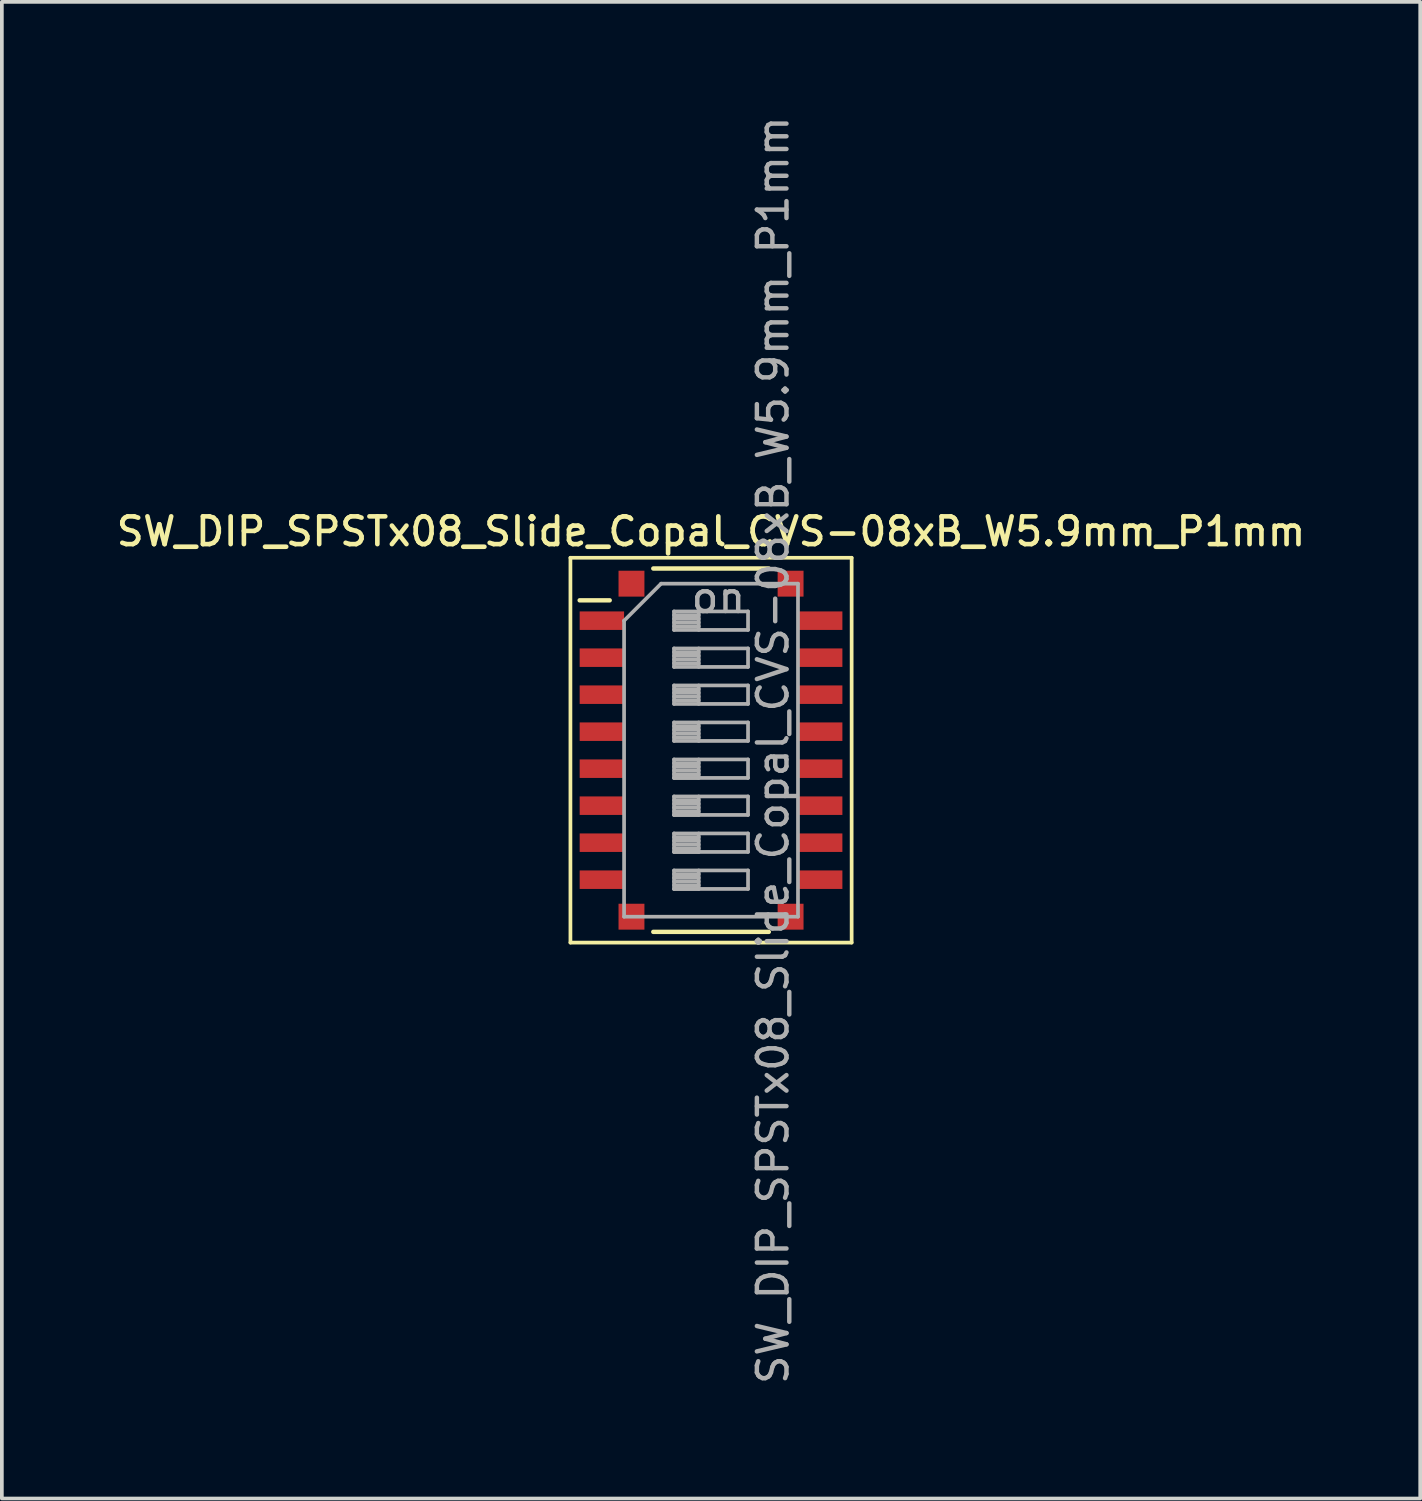
<source format=kicad_pcb>
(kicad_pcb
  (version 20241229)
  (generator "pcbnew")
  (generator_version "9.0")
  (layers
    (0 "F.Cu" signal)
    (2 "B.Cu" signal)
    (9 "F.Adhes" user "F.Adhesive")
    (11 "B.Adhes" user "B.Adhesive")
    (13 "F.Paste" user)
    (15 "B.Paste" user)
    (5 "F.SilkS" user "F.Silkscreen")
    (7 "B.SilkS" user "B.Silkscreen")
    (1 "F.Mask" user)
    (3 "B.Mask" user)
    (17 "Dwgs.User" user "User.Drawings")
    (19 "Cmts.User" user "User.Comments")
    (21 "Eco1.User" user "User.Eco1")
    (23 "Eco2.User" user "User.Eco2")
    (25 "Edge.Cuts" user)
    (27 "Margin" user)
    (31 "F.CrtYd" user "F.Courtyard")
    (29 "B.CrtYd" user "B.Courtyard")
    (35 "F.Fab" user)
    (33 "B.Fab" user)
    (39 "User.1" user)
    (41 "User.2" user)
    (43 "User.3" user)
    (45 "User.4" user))
  (footprint "SW_DIP_SPSTx08_Slide_Copal_CVS-08xB_W5.9mm_P1mm"
    (layer "F.Cu")
    (at 16.166 17.224)
    (property "Reference" "SW_DIP_SPSTx08_Slide_Copal_CVS-08xB_W5.9mm_P1mm" (at 0 -5.91 0) (layer "F.SilkS") (effects (font (size 0.75 0.75) (thickness 0.125))))
    (attr smd)
    (fp_line (start -3.8 -5.2) (end -3.8 5.2) (stroke (width 0.1) (type solid)) (layer "F.SilkS"))
    (fp_line (start -3.8 5.2) (end 3.8 5.2) (stroke (width 0.1) (type solid)) (layer "F.SilkS"))
    (fp_line (start -3.55 -4.05) (end -2.739 -4.05) (stroke (width 0.12) (type solid)) (layer "F.SilkS"))
    (fp_line (start -1.56 -4.91) (end 1.561 -4.91) (stroke (width 0.12) (type solid)) (layer "F.SilkS"))
    (fp_line (start -1.56 4.91) (end 1.561 4.91) (stroke (width 0.12) (type solid)) (layer "F.SilkS"))
    (fp_line (start 3.8 -5.2) (end -3.8 -5.2) (stroke (width 0.1) (type solid)) (layer "F.SilkS"))
    (fp_line (start 3.8 5.2) (end 3.8 -5.2) (stroke (width 0.1) (type solid)) (layer "F.SilkS"))
    (fp_line (start -2.35 -3.5) (end -1.35 -4.5) (stroke (width 0.1) (type solid)) (layer "F.Fab"))
    (fp_line (start -2.35 4.5) (end -2.35 -3.5) (stroke (width 0.1) (type solid)) (layer "F.Fab"))
    (fp_line (start -1.35 -4.5) (end 2.35 -4.5) (stroke (width 0.1) (type solid)) (layer "F.Fab"))
    (fp_line (start -1 -3.75) (end -1 -3.25) (stroke (width 0.1) (type solid)) (layer "F.Fab"))
    (fp_line (start -1 -3.65) (end -0.333 -3.65) (stroke (width 0.1) (type solid)) (layer "F.Fab"))
    (fp_line (start -1 -3.55) (end -0.333 -3.55) (stroke (width 0.1) (type solid)) (layer "F.Fab"))
    (fp_line (start -1 -3.45) (end -0.333 -3.45) (stroke (width 0.1) (type solid)) (layer "F.Fab"))
    (fp_line (start -1 -3.35) (end -0.333 -3.35) (stroke (width 0.1) (type solid)) (layer "F.Fab"))
    (fp_line (start -1 -3.25) (end 1 -3.25) (stroke (width 0.1) (type solid)) (layer "F.Fab"))
    (fp_line (start -1 -2.75) (end -1 -2.25) (stroke (width 0.1) (type solid)) (layer "F.Fab"))
    (fp_line (start -1 -2.65) (end -0.333 -2.65) (stroke (width 0.1) (type solid)) (layer "F.Fab"))
    (fp_line (start -1 -2.55) (end -0.333 -2.55) (stroke (width 0.1) (type solid)) (layer "F.Fab"))
    (fp_line (start -1 -2.45) (end -0.333 -2.45) (stroke (width 0.1) (type solid)) (layer "F.Fab"))
    (fp_line (start -1 -2.35) (end -0.333 -2.35) (stroke (width 0.1) (type solid)) (layer "F.Fab"))
    (fp_line (start -1 -2.25) (end 1 -2.25) (stroke (width 0.1) (type solid)) (layer "F.Fab"))
    (fp_line (start -1 -1.75) (end -1 -1.25) (stroke (width 0.1) (type solid)) (layer "F.Fab"))
    (fp_line (start -1 -1.65) (end -0.333 -1.65) (stroke (width 0.1) (type solid)) (layer "F.Fab"))
    (fp_line (start -1 -1.55) (end -0.333 -1.55) (stroke (width 0.1) (type solid)) (layer "F.Fab"))
    (fp_line (start -1 -1.45) (end -0.333 -1.45) (stroke (width 0.1) (type solid)) (layer "F.Fab"))
    (fp_line (start -1 -1.35) (end -0.333 -1.35) (stroke (width 0.1) (type solid)) (layer "F.Fab"))
    (fp_line (start -1 -1.25) (end 1 -1.25) (stroke (width 0.1) (type solid)) (layer "F.Fab"))
    (fp_line (start -1 -0.75) (end -1 -0.25) (stroke (width 0.1) (type solid)) (layer "F.Fab"))
    (fp_line (start -1 -0.65) (end -0.333 -0.65) (stroke (width 0.1) (type solid)) (layer "F.Fab"))
    (fp_line (start -1 -0.55) (end -0.333 -0.55) (stroke (width 0.1) (type solid)) (layer "F.Fab"))
    (fp_line (start -1 -0.45) (end -0.333 -0.45) (stroke (width 0.1) (type solid)) (layer "F.Fab"))
    (fp_line (start -1 -0.35) (end -0.333 -0.35) (stroke (width 0.1) (type solid)) (layer "F.Fab"))
    (fp_line (start -1 -0.25) (end 1 -0.25) (stroke (width 0.1) (type solid)) (layer "F.Fab"))
    (fp_line (start -1 0.25) (end -1 0.75) (stroke (width 0.1) (type solid)) (layer "F.Fab"))
    (fp_line (start -1 0.35) (end -0.333 0.35) (stroke (width 0.1) (type solid)) (layer "F.Fab"))
    (fp_line (start -1 0.45) (end -0.333 0.45) (stroke (width 0.1) (type solid)) (layer "F.Fab"))
    (fp_line (start -1 0.55) (end -0.333 0.55) (stroke (width 0.1) (type solid)) (layer "F.Fab"))
    (fp_line (start -1 0.65) (end -0.333 0.65) (stroke (width 0.1) (type solid)) (layer "F.Fab"))
    (fp_line (start -1 0.75) (end -0.333 0.75) (stroke (width 0.1) (type solid)) (layer "F.Fab"))
    (fp_line (start -1 0.75) (end 1 0.75) (stroke (width 0.1) (type solid)) (layer "F.Fab"))
    (fp_line (start -1 1.25) (end -1 1.75) (stroke (width 0.1) (type solid)) (layer "F.Fab"))
    (fp_line (start -1 1.35) (end -0.333 1.35) (stroke (width 0.1) (type solid)) (layer "F.Fab"))
    (fp_line (start -1 1.45) (end -0.333 1.45) (stroke (width 0.1) (type solid)) (layer "F.Fab"))
    (fp_line (start -1 1.55) (end -0.333 1.55) (stroke (width 0.1) (type solid)) (layer "F.Fab"))
    (fp_line (start -1 1.65) (end -0.333 1.65) (stroke (width 0.1) (type solid)) (layer "F.Fab"))
    (fp_line (start -1 1.75) (end -0.333 1.75) (stroke (width 0.1) (type solid)) (layer "F.Fab"))
    (fp_line (start -1 1.75) (end 1 1.75) (stroke (width 0.1) (type solid)) (layer "F.Fab"))
    (fp_line (start -1 2.25) (end -1 2.75) (stroke (width 0.1) (type solid)) (layer "F.Fab"))
    (fp_line (start -1 2.35) (end -0.333 2.35) (stroke (width 0.1) (type solid)) (layer "F.Fab"))
    (fp_line (start -1 2.45) (end -0.333 2.45) (stroke (width 0.1) (type solid)) (layer "F.Fab"))
    (fp_line (start -1 2.55) (end -0.333 2.55) (stroke (width 0.1) (type solid)) (layer "F.Fab"))
    (fp_line (start -1 2.65) (end -0.333 2.65) (stroke (width 0.1) (type solid)) (layer "F.Fab"))
    (fp_line (start -1 2.75) (end -0.333 2.75) (stroke (width 0.1) (type solid)) (layer "F.Fab"))
    (fp_line (start -1 2.75) (end 1 2.75) (stroke (width 0.1) (type solid)) (layer "F.Fab"))
    (fp_line (start -1 3.25) (end -1 3.75) (stroke (width 0.1) (type solid)) (layer "F.Fab"))
    (fp_line (start -1 3.35) (end -0.333 3.35) (stroke (width 0.1) (type solid)) (layer "F.Fab"))
    (fp_line (start -1 3.45) (end -0.333 3.45) (stroke (width 0.1) (type solid)) (layer "F.Fab"))
    (fp_line (start -1 3.55) (end -0.333 3.55) (stroke (width 0.1) (type solid)) (layer "F.Fab"))
    (fp_line (start -1 3.65) (end -0.333 3.65) (stroke (width 0.1) (type solid)) (layer "F.Fab"))
    (fp_line (start -1 3.75) (end -0.333 3.75) (stroke (width 0.1) (type solid)) (layer "F.Fab"))
    (fp_line (start -1 3.75) (end 1 3.75) (stroke (width 0.1) (type solid)) (layer "F.Fab"))
    (fp_line (start -0.333 -3.75) (end -0.333 -3.25) (stroke (width 0.1) (type solid)) (layer "F.Fab"))
    (fp_line (start -0.333 -2.75) (end -0.333 -2.25) (stroke (width 0.1) (type solid)) (layer "F.Fab"))
    (fp_line (start -0.333 -1.75) (end -0.333 -1.25) (stroke (width 0.1) (type solid)) (layer "F.Fab"))
    (fp_line (start -0.333 -0.75) (end -0.333 -0.25) (stroke (width 0.1) (type solid)) (layer "F.Fab"))
    (fp_line (start -0.333 0.25) (end -0.333 0.75) (stroke (width 0.1) (type solid)) (layer "F.Fab"))
    (fp_line (start -0.333 1.25) (end -0.333 1.75) (stroke (width 0.1) (type solid)) (layer "F.Fab"))
    (fp_line (start -0.333 2.25) (end -0.333 2.75) (stroke (width 0.1) (type solid)) (layer "F.Fab"))
    (fp_line (start -0.333 3.25) (end -0.333 3.75) (stroke (width 0.1) (type solid)) (layer "F.Fab"))
    (fp_line (start 1 -3.75) (end -1 -3.75) (stroke (width 0.1) (type solid)) (layer "F.Fab"))
    (fp_line (start 1 -3.25) (end 1 -3.75) (stroke (width 0.1) (type solid)) (layer "F.Fab"))
    (fp_line (start 1 -2.75) (end -1 -2.75) (stroke (width 0.1) (type solid)) (layer "F.Fab"))
    (fp_line (start 1 -2.25) (end 1 -2.75) (stroke (width 0.1) (type solid)) (layer "F.Fab"))
    (fp_line (start 1 -1.75) (end -1 -1.75) (stroke (width 0.1) (type solid)) (layer "F.Fab"))
    (fp_line (start 1 -1.25) (end 1 -1.75) (stroke (width 0.1) (type solid)) (layer "F.Fab"))
    (fp_line (start 1 -0.75) (end -1 -0.75) (stroke (width 0.1) (type solid)) (layer "F.Fab"))
    (fp_line (start 1 -0.25) (end 1 -0.75) (stroke (width 0.1) (type solid)) (layer "F.Fab"))
    (fp_line (start 1 0.25) (end -1 0.25) (stroke (width 0.1) (type solid)) (layer "F.Fab"))
    (fp_line (start 1 0.75) (end 1 0.25) (stroke (width 0.1) (type solid)) (layer "F.Fab"))
    (fp_line (start 1 1.25) (end -1 1.25) (stroke (width 0.1) (type solid)) (layer "F.Fab"))
    (fp_line (start 1 1.75) (end 1 1.25) (stroke (width 0.1) (type solid)) (layer "F.Fab"))
    (fp_line (start 1 2.25) (end -1 2.25) (stroke (width 0.1) (type solid)) (layer "F.Fab"))
    (fp_line (start 1 2.75) (end 1 2.25) (stroke (width 0.1) (type solid)) (layer "F.Fab"))
    (fp_line (start 1 3.25) (end -1 3.25) (stroke (width 0.1) (type solid)) (layer "F.Fab"))
    (fp_line (start 1 3.75) (end 1 3.25) (stroke (width 0.1) (type solid)) (layer "F.Fab"))
    (fp_line (start 2.35 -4.5) (end 2.35 4.5) (stroke (width 0.1) (type solid)) (layer "F.Fab"))
    (fp_line (start 2.35 4.5) (end -2.35 4.5) (stroke (width 0.1) (type solid)) (layer "F.Fab"))
    (fp_text user "on" (at 0.2 -4.125 0) (layer "F.Fab") (effects (font (size 0.8 0.8) (thickness 0.12))))
    (fp_text user "${REFERENCE}" (at 1.675 0 90) (layer "F.Fab") (effects (font (size 0.8 0.8) (thickness 0.12))))
    (pad "1" smd rect (at -2.95 -3.5) (size 1.2 0.5) (layers "F.Cu" "F.Mask" "F.Paste"))
    (pad "2" smd rect (at -2.95 -2.5) (size 1.2 0.5) (layers "F.Cu" "F.Mask" "F.Paste"))
    (pad "3" smd rect (at -2.95 -1.5) (size 1.2 0.5) (layers "F.Cu" "F.Mask" "F.Paste"))
    (pad "4" smd rect (at -2.95 -0.5) (size 1.2 0.5) (layers "F.Cu" "F.Mask" "F.Paste"))
    (pad "5" smd rect (at -2.95 0.5) (size 1.2 0.5) (layers "F.Cu" "F.Mask" "F.Paste"))
    (pad "6" smd rect (at -2.95 1.5) (size 1.2 0.5) (layers "F.Cu" "F.Mask" "F.Paste"))
    (pad "7" smd rect (at -2.95 2.5) (size 1.2 0.5) (layers "F.Cu" "F.Mask" "F.Paste"))
    (pad "8" smd rect (at -2.95 3.5) (size 1.2 0.5) (layers "F.Cu" "F.Mask" "F.Paste"))
    (pad "9" smd rect (at 2.95 3.5) (size 1.2 0.5) (layers "F.Cu" "F.Mask" "F.Paste"))
    (pad "10" smd rect (at 2.95 2.5) (size 1.2 0.5) (layers "F.Cu" "F.Mask" "F.Paste"))
    (pad "11" smd rect (at 2.95 1.5) (size 1.2 0.5) (layers "F.Cu" "F.Mask" "F.Paste"))
    (pad "12" smd rect (at 2.95 0.5) (size 1.2 0.5) (layers "F.Cu" "F.Mask" "F.Paste"))
    (pad "13" smd rect (at 2.95 -0.5) (size 1.2 0.5) (layers "F.Cu" "F.Mask" "F.Paste"))
    (pad "14" smd rect (at 2.95 -1.5) (size 1.2 0.5) (layers "F.Cu" "F.Mask" "F.Paste"))
    (pad "15" smd rect (at 2.95 -2.5) (size 1.2 0.5) (layers "F.Cu" "F.Mask" "F.Paste"))
    (pad "16" smd rect (at 2.95 -3.5) (size 1.2 0.5) (layers "F.Cu" "F.Mask" "F.Paste"))
    (pad "17" smd rect (at -2.15 -4.5) (size 0.7 0.7) (layers "F.Cu" "F.Mask" "F.Paste"))
    (pad "17" smd rect (at -2.15 4.5) (size 0.7 0.7) (layers "F.Cu" "F.Mask" "F.Paste"))
    (pad "17" smd rect (at 2.15 -4.5) (size 0.7 0.7) (layers "F.Cu" "F.Mask" "F.Paste"))
    (pad "17" smd rect (at 2.15 4.5) (size 0.7 0.7) (layers "F.Cu" "F.Mask" "F.Paste")))
  (gr_rect
    (start -3 -3)
    (end 35.332 37.448)
    (stroke (width 0.1) (type default))
    (fill no)
    (layer "Edge.Cuts")))
</source>
